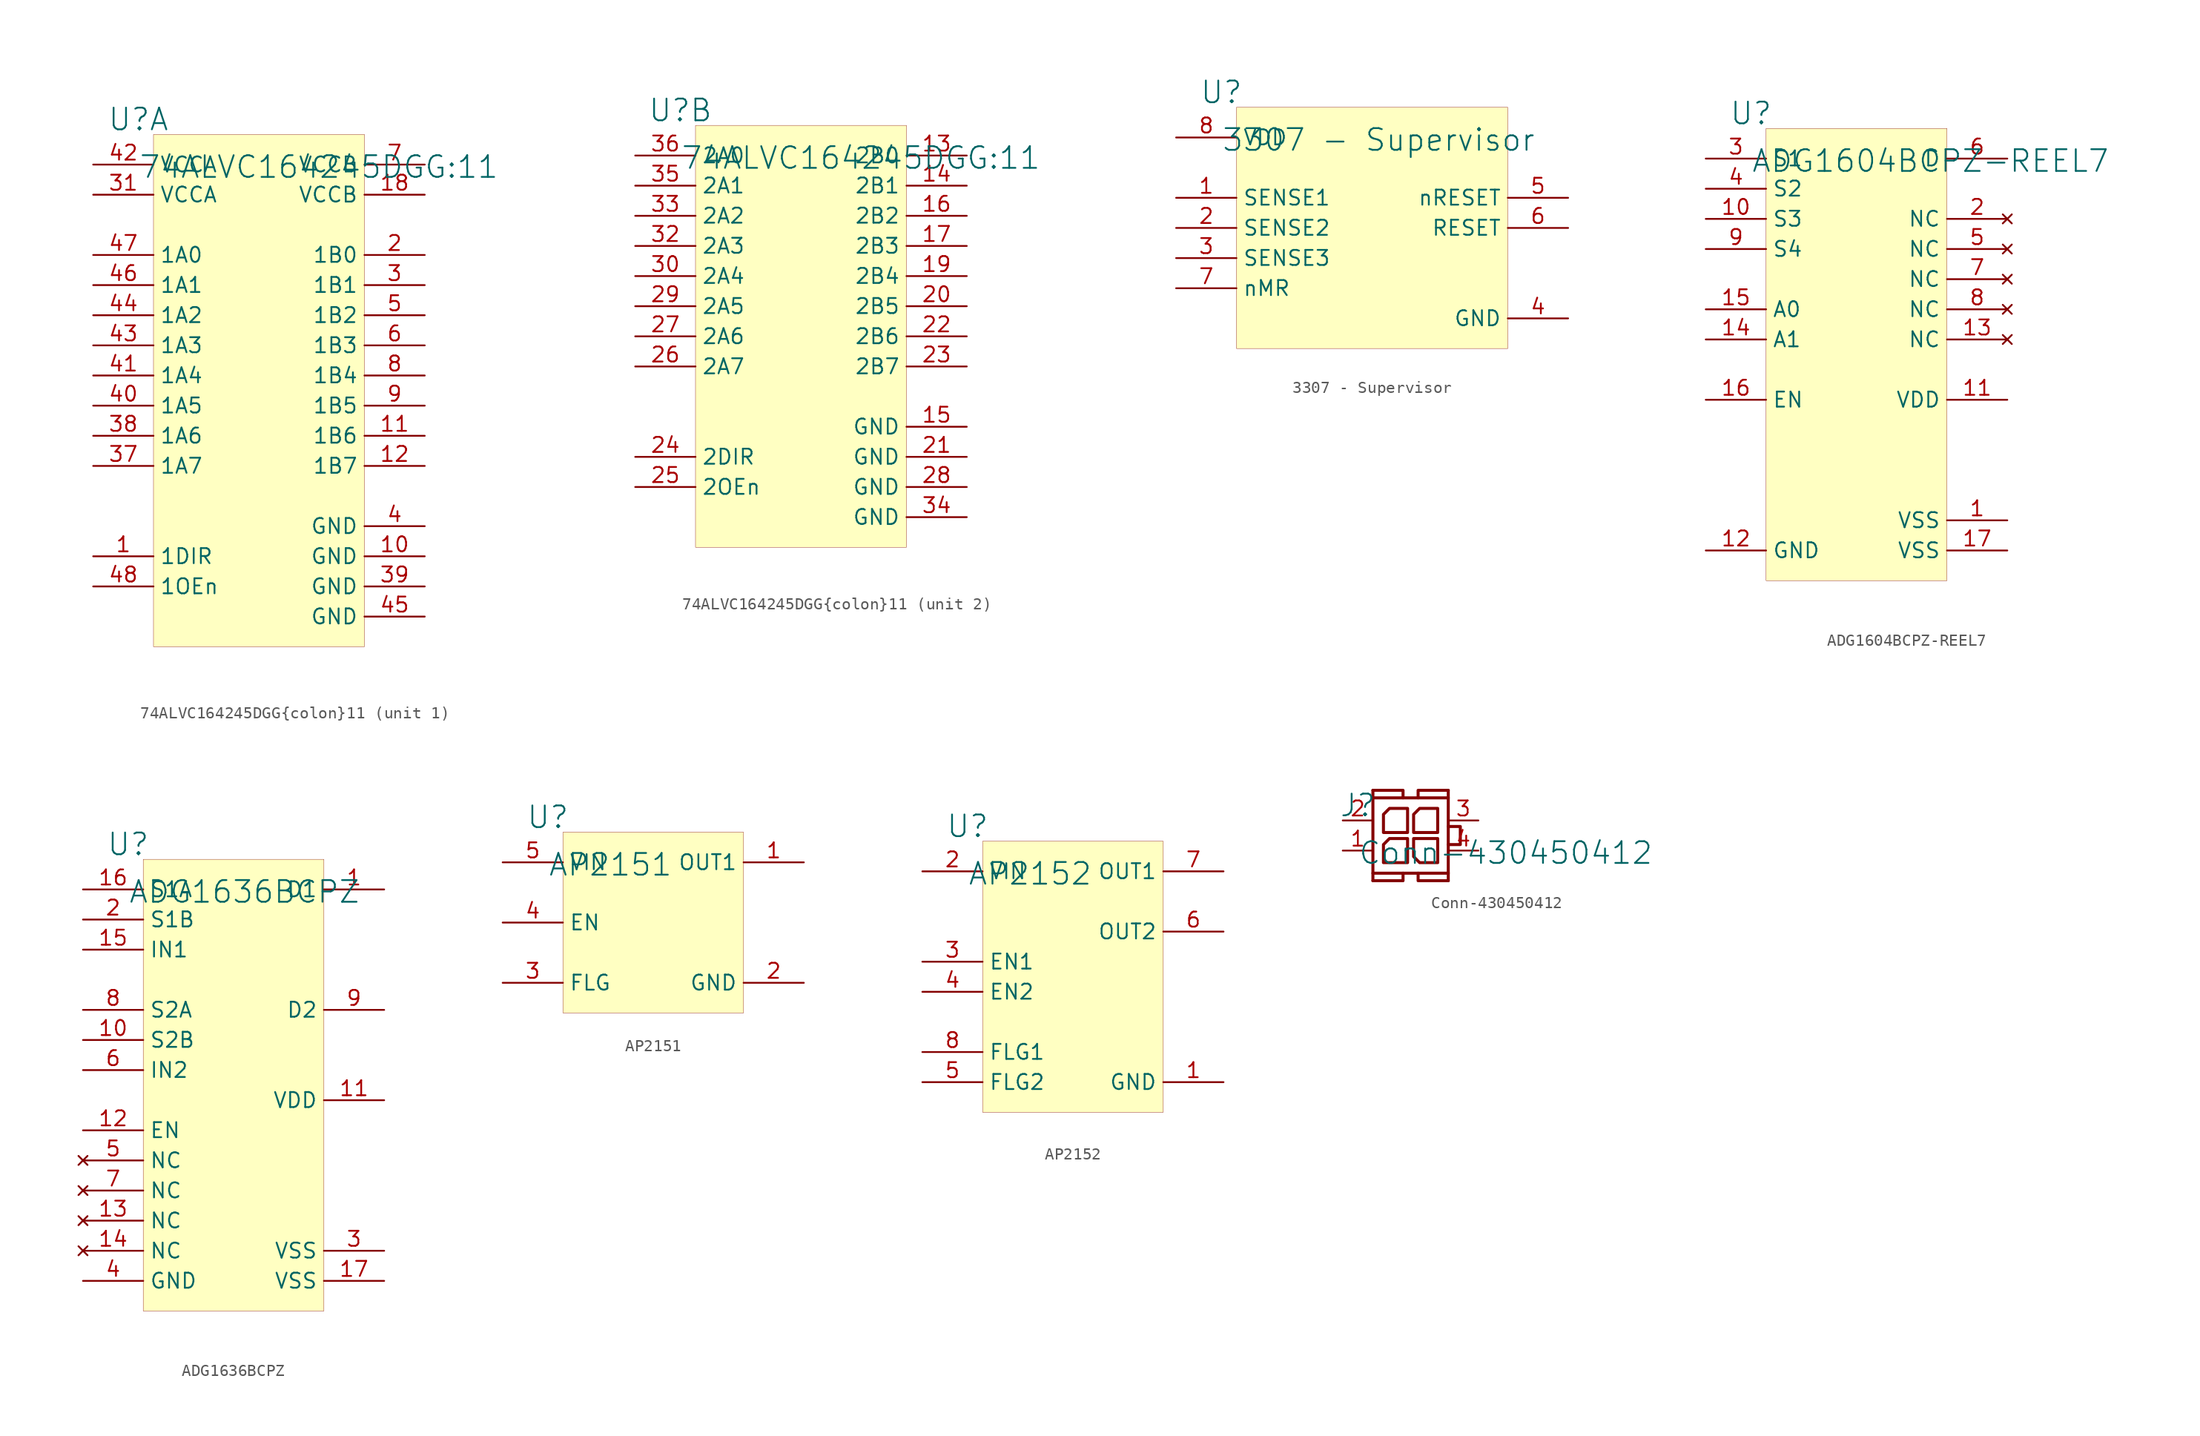
<source format=kicad_sym>
(kicad_symbol_lib
  (version 20231120)
  (generator "kicad_symbol_editor")
  (generator_version "8.0")
  (symbol "74ALVC164245DGG{colon}11"
    (property "Reference" "U"
      (at -1.27 1.27 0)
      (effects (font (size 1.829 1.829))))
    (property "Value" "74ALVC164245DGG:11"
      (at -1.27 -3.81 0)
      (effects (font (size 1.829 1.829)) (justify left bottom)))
    (symbol "74ALVC164245DGG{colon}11_1_0"
      (rectangle (start 17.78 0) (end 0 -43.18) (stroke (width 0.025) (type solid) (color 128 0 0 1)) (fill (type background)))
      (pin input line (at -5.08 -35.56 0) (length 5.08) (name "1DIR" (effects (font (size 1.27 1.27)))) (number "1" (effects (font (size 1.27 1.27)))))
      (pin passive line (at 22.86 -35.56 180) (length 5.08) (name "GND" (effects (font (size 1.27 1.27)))) (number "10" (effects (font (size 1.27 1.27)))))
      (pin bidirectional line (at 22.86 -25.4 180) (length 5.08) (name "1B6" (effects (font (size 1.27 1.27)))) (number "11" (effects (font (size 1.27 1.27)))))
      (pin bidirectional line (at 22.86 -27.94 180) (length 5.08) (name "1B7" (effects (font (size 1.27 1.27)))) (number "12" (effects (font (size 1.27 1.27)))))
      (pin power_in line (at 22.86 -5.08 180) (length 5.08) (name "VCCB" (effects (font (size 1.27 1.27)))) (number "18" (effects (font (size 1.27 1.27)))))
      (pin bidirectional line (at 22.86 -10.16 180) (length 5.08) (name "1B0" (effects (font (size 1.27 1.27)))) (number "2" (effects (font (size 1.27 1.27)))))
      (pin bidirectional line (at 22.86 -12.7 180) (length 5.08) (name "1B1" (effects (font (size 1.27 1.27)))) (number "3" (effects (font (size 1.27 1.27)))))
      (pin power_in line (at -5.08 -5.08 0) (length 5.08) (name "VCCA" (effects (font (size 1.27 1.27)))) (number "31" (effects (font (size 1.27 1.27)))))
      (pin bidirectional line (at -5.08 -27.94 0) (length 5.08) (name "1A7" (effects (font (size 1.27 1.27)))) (number "37" (effects (font (size 1.27 1.27)))))
      (pin bidirectional line (at -5.08 -25.4 0) (length 5.08) (name "1A6" (effects (font (size 1.27 1.27)))) (number "38" (effects (font (size 1.27 1.27)))))
      (pin passive line (at 22.86 -38.1 180) (length 5.08) (name "GND" (effects (font (size 1.27 1.27)))) (number "39" (effects (font (size 1.27 1.27)))))
      (pin passive line (at 22.86 -33.02 180) (length 5.08) (name "GND" (effects (font (size 1.27 1.27)))) (number "4" (effects (font (size 1.27 1.27)))))
      (pin bidirectional line (at -5.08 -22.86 0) (length 5.08) (name "1A5" (effects (font (size 1.27 1.27)))) (number "40" (effects (font (size 1.27 1.27)))))
      (pin bidirectional line (at -5.08 -20.32 0) (length 5.08) (name "1A4" (effects (font (size 1.27 1.27)))) (number "41" (effects (font (size 1.27 1.27)))))
      (pin power_in line (at -5.08 -2.54 0) (length 5.08) (name "VCCA" (effects (font (size 1.27 1.27)))) (number "42" (effects (font (size 1.27 1.27)))))
      (pin bidirectional line (at -5.08 -17.78 0) (length 5.08) (name "1A3" (effects (font (size 1.27 1.27)))) (number "43" (effects (font (size 1.27 1.27)))))
      (pin bidirectional line (at -5.08 -15.24 0) (length 5.08) (name "1A2" (effects (font (size 1.27 1.27)))) (number "44" (effects (font (size 1.27 1.27)))))
      (pin passive line (at 22.86 -40.64 180) (length 5.08) (name "GND" (effects (font (size 1.27 1.27)))) (number "45" (effects (font (size 1.27 1.27)))))
      (pin bidirectional line (at -5.08 -12.7 0) (length 5.08) (name "1A1" (effects (font (size 1.27 1.27)))) (number "46" (effects (font (size 1.27 1.27)))))
      (pin bidirectional line (at -5.08 -10.16 0) (length 5.08) (name "1A0" (effects (font (size 1.27 1.27)))) (number "47" (effects (font (size 1.27 1.27)))))
      (pin input line (at -5.08 -38.1 0) (length 5.08) (name "1OEn" (effects (font (size 1.27 1.27)))) (number "48" (effects (font (size 1.27 1.27)))))
      (pin bidirectional line (at 22.86 -15.24 180) (length 5.08) (name "1B2" (effects (font (size 1.27 1.27)))) (number "5" (effects (font (size 1.27 1.27)))))
      (pin bidirectional line (at 22.86 -17.78 180) (length 5.08) (name "1B3" (effects (font (size 1.27 1.27)))) (number "6" (effects (font (size 1.27 1.27)))))
      (pin power_in line (at 22.86 -2.54 180) (length 5.08) (name "VCCB" (effects (font (size 1.27 1.27)))) (number "7" (effects (font (size 1.27 1.27)))))
      (pin bidirectional line (at 22.86 -20.32 180) (length 5.08) (name "1B4" (effects (font (size 1.27 1.27)))) (number "8" (effects (font (size 1.27 1.27)))))
      (pin bidirectional line (at 22.86 -22.86 180) (length 5.08) (name "1B5" (effects (font (size 1.27 1.27)))) (number "9" (effects (font (size 1.27 1.27))))))
    (symbol "74ALVC164245DGG{colon}11_2_0"
      (rectangle (start 17.78 0) (end 0 -35.56) (stroke (width 0.025) (type solid) (color 128 0 0 1)) (fill (type background)))
      (pin bidirectional line (at 22.86 -2.54 180) (length 5.08) (name "2B0" (effects (font (size 1.27 1.27)))) (number "13" (effects (font (size 1.27 1.27)))))
      (pin bidirectional line (at 22.86 -5.08 180) (length 5.08) (name "2B1" (effects (font (size 1.27 1.27)))) (number "14" (effects (font (size 1.27 1.27)))))
      (pin passive line (at 22.86 -25.4 180) (length 5.08) (name "GND" (effects (font (size 1.27 1.27)))) (number "15" (effects (font (size 1.27 1.27)))))
      (pin bidirectional line (at 22.86 -7.62 180) (length 5.08) (name "2B2" (effects (font (size 1.27 1.27)))) (number "16" (effects (font (size 1.27 1.27)))))
      (pin bidirectional line (at 22.86 -10.16 180) (length 5.08) (name "2B3" (effects (font (size 1.27 1.27)))) (number "17" (effects (font (size 1.27 1.27)))))
      (pin bidirectional line (at 22.86 -12.7 180) (length 5.08) (name "2B4" (effects (font (size 1.27 1.27)))) (number "19" (effects (font (size 1.27 1.27)))))
      (pin bidirectional line (at 22.86 -15.24 180) (length 5.08) (name "2B5" (effects (font (size 1.27 1.27)))) (number "20" (effects (font (size 1.27 1.27)))))
      (pin passive line (at 22.86 -27.94 180) (length 5.08) (name "GND" (effects (font (size 1.27 1.27)))) (number "21" (effects (font (size 1.27 1.27)))))
      (pin bidirectional line (at 22.86 -17.78 180) (length 5.08) (name "2B6" (effects (font (size 1.27 1.27)))) (number "22" (effects (font (size 1.27 1.27)))))
      (pin bidirectional line (at 22.86 -20.32 180) (length 5.08) (name "2B7" (effects (font (size 1.27 1.27)))) (number "23" (effects (font (size 1.27 1.27)))))
      (pin input line (at -5.08 -27.94 0) (length 5.08) (name "2DIR" (effects (font (size 1.27 1.27)))) (number "24" (effects (font (size 1.27 1.27)))))
      (pin input line (at -5.08 -30.48 0) (length 5.08) (name "2OEn" (effects (font (size 1.27 1.27)))) (number "25" (effects (font (size 1.27 1.27)))))
      (pin bidirectional line (at -5.08 -20.32 0) (length 5.08) (name "2A7" (effects (font (size 1.27 1.27)))) (number "26" (effects (font (size 1.27 1.27)))))
      (pin bidirectional line (at -5.08 -17.78 0) (length 5.08) (name "2A6" (effects (font (size 1.27 1.27)))) (number "27" (effects (font (size 1.27 1.27)))))
      (pin passive line (at 22.86 -30.48 180) (length 5.08) (name "GND" (effects (font (size 1.27 1.27)))) (number "28" (effects (font (size 1.27 1.27)))))
      (pin bidirectional line (at -5.08 -15.24 0) (length 5.08) (name "2A5" (effects (font (size 1.27 1.27)))) (number "29" (effects (font (size 1.27 1.27)))))
      (pin bidirectional line (at -5.08 -12.7 0) (length 5.08) (name "2A4" (effects (font (size 1.27 1.27)))) (number "30" (effects (font (size 1.27 1.27)))))
      (pin bidirectional line (at -5.08 -10.16 0) (length 5.08) (name "2A3" (effects (font (size 1.27 1.27)))) (number "32" (effects (font (size 1.27 1.27)))))
      (pin bidirectional line (at -5.08 -7.62 0) (length 5.08) (name "2A2" (effects (font (size 1.27 1.27)))) (number "33" (effects (font (size 1.27 1.27)))))
      (pin passive line (at 22.86 -33.02 180) (length 5.08) (name "GND" (effects (font (size 1.27 1.27)))) (number "34" (effects (font (size 1.27 1.27)))))
      (pin bidirectional line (at -5.08 -5.08 0) (length 5.08) (name "2A1" (effects (font (size 1.27 1.27)))) (number "35" (effects (font (size 1.27 1.27)))))
      (pin bidirectional line (at -5.08 -2.54 0) (length 5.08) (name "2A0" (effects (font (size 1.27 1.27)))) (number "36" (effects (font (size 1.27 1.27)))))))
  (symbol "3307 - Supervisor"
    (property "Reference" "U"
      (at -1.27 1.27 0)
      (effects (font (size 1.829 1.829))))
    (property "Value" "3307 - Supervisor"
      (at -1.27 -3.81 0)
      (effects (font (size 1.829 1.829)) (justify left bottom)))
    (symbol "3307 - Supervisor_1_0"
      (rectangle (start 22.86 0) (end 0 -20.32) (stroke (width 0.025) (type solid) (color 128 0 0 1)) (fill (type background)))
      (pin input line (at -5.08 -7.62 0) (length 5.08) (name "SENSE1" (effects (font (size 1.27 1.27)))) (number "1" (effects (font (size 1.27 1.27)))))
      (pin input line (at -5.08 -10.16 0) (length 5.08) (name "SENSE2" (effects (font (size 1.27 1.27)))) (number "2" (effects (font (size 1.27 1.27)))))
      (pin input line (at -5.08 -12.7 0) (length 5.08) (name "SENSE3" (effects (font (size 1.27 1.27)))) (number "3" (effects (font (size 1.27 1.27)))))
      (pin passive line (at 27.94 -17.78 180) (length 5.08) (name "GND" (effects (font (size 1.27 1.27)))) (number "4" (effects (font (size 1.27 1.27)))))
      (pin output line (at 27.94 -7.62 180) (length 5.08) (name "nRESET" (effects (font (size 1.27 1.27)))) (number "5" (effects (font (size 1.27 1.27)))))
      (pin output line (at 27.94 -10.16 180) (length 5.08) (name "RESET" (effects (font (size 1.27 1.27)))) (number "6" (effects (font (size 1.27 1.27)))))
      (pin input line (at -5.08 -15.24 0) (length 5.08) (name "nMR" (effects (font (size 1.27 1.27)))) (number "7" (effects (font (size 1.27 1.27)))))
      (pin power_in line (at -5.08 -2.54 0) (length 5.08) (name "VDD" (effects (font (size 1.27 1.27)))) (number "8" (effects (font (size 1.27 1.27)))))))
  (symbol "ADG1604BCPZ-REEL7"
    (property "Reference" "U"
      (at -1.27 1.27 0)
      (effects (font (size 1.829 1.829))))
    (property "Value" "ADG1604BCPZ-REEL7"
      (at -1.27 -3.81 0)
      (effects (font (size 1.829 1.829)) (justify left bottom)))
    (symbol "ADG1604BCPZ-REEL7_1_0"
      (rectangle (start 15.24 0) (end 0 -38.1) (stroke (width 0.025) (type solid) (color 128 0 0 1)) (fill (type background)))
      (pin passive line (at 20.32 -33.02 180) (length 5.08) (name "VSS" (effects (font (size 1.27 1.27)))) (number "1" (effects (font (size 1.27 1.27)))))
      (pin passive line (at -5.08 -7.62 0) (length 5.08) (name "S3" (effects (font (size 1.27 1.27)))) (number "10" (effects (font (size 1.27 1.27)))))
      (pin power_in line (at 20.32 -22.86 180) (length 5.08) (name "VDD" (effects (font (size 1.27 1.27)))) (number "11" (effects (font (size 1.27 1.27)))))
      (pin passive line (at -5.08 -35.56 0) (length 5.08) (name "GND" (effects (font (size 1.27 1.27)))) (number "12" (effects (font (size 1.27 1.27)))))
      (pin no_connect line (at 20.32 -17.78 180) (length 5.08) (name "NC" (effects (font (size 1.27 1.27)))) (number "13" (effects (font (size 1.27 1.27)))))
      (pin input line (at -5.08 -17.78 0) (length 5.08) (name "A1" (effects (font (size 1.27 1.27)))) (number "14" (effects (font (size 1.27 1.27)))))
      (pin input line (at -5.08 -15.24 0) (length 5.08) (name "A0" (effects (font (size 1.27 1.27)))) (number "15" (effects (font (size 1.27 1.27)))))
      (pin input line (at -5.08 -22.86 0) (length 5.08) (name "EN" (effects (font (size 1.27 1.27)))) (number "16" (effects (font (size 1.27 1.27)))))
      (pin passive line (at 20.32 -35.56 180) (length 5.08) (name "VSS" (effects (font (size 1.27 1.27)))) (number "17" (effects (font (size 1.27 1.27)))))
      (pin no_connect line (at 20.32 -7.62 180) (length 5.08) (name "NC" (effects (font (size 1.27 1.27)))) (number "2" (effects (font (size 1.27 1.27)))))
      (pin passive line (at -5.08 -2.54 0) (length 5.08) (name "S1" (effects (font (size 1.27 1.27)))) (number "3" (effects (font (size 1.27 1.27)))))
      (pin passive line (at -5.08 -5.08 0) (length 5.08) (name "S2" (effects (font (size 1.27 1.27)))) (number "4" (effects (font (size 1.27 1.27)))))
      (pin no_connect line (at 20.32 -10.16 180) (length 5.08) (name "NC" (effects (font (size 1.27 1.27)))) (number "5" (effects (font (size 1.27 1.27)))))
      (pin passive line (at 20.32 -2.54 180) (length 5.08) (name "D" (effects (font (size 1.27 1.27)))) (number "6" (effects (font (size 1.27 1.27)))))
      (pin no_connect line (at 20.32 -12.7 180) (length 5.08) (name "NC" (effects (font (size 1.27 1.27)))) (number "7" (effects (font (size 1.27 1.27)))))
      (pin no_connect line (at 20.32 -15.24 180) (length 5.08) (name "NC" (effects (font (size 1.27 1.27)))) (number "8" (effects (font (size 1.27 1.27)))))
      (pin passive line (at -5.08 -10.16 0) (length 5.08) (name "S4" (effects (font (size 1.27 1.27)))) (number "9" (effects (font (size 1.27 1.27)))))))
  (symbol "ADG1636BCPZ"
    (property "Reference" "U"
      (at -1.27 1.27 0)
      (effects (font (size 1.829 1.829))))
    (property "Value" "ADG1636BCPZ"
      (at -1.27 -3.81 0)
      (effects (font (size 1.829 1.829)) (justify left bottom)))
    (symbol "ADG1636BCPZ_1_0"
      (rectangle (start 15.24 0) (end 0 -38.1) (stroke (width 0.025) (type solid) (color 128 0 0 1)) (fill (type background)))
      (pin passive line (at 20.32 -2.54 180) (length 5.08) (name "D1" (effects (font (size 1.27 1.27)))) (number "1" (effects (font (size 1.27 1.27)))))
      (pin passive line (at -5.08 -15.24 0) (length 5.08) (name "S2B" (effects (font (size 1.27 1.27)))) (number "10" (effects (font (size 1.27 1.27)))))
      (pin power_in line (at 20.32 -20.32 180) (length 5.08) (name "VDD" (effects (font (size 1.27 1.27)))) (number "11" (effects (font (size 1.27 1.27)))))
      (pin input line (at -5.08 -22.86 0) (length 5.08) (name "EN" (effects (font (size 1.27 1.27)))) (number "12" (effects (font (size 1.27 1.27)))))
      (pin no_connect line (at -5.08 -30.48 0) (length 5.08) (name "NC" (effects (font (size 1.27 1.27)))) (number "13" (effects (font (size 1.27 1.27)))))
      (pin no_connect line (at -5.08 -33.02 0) (length 5.08) (name "NC" (effects (font (size 1.27 1.27)))) (number "14" (effects (font (size 1.27 1.27)))))
      (pin input line (at -5.08 -7.62 0) (length 5.08) (name "IN1" (effects (font (size 1.27 1.27)))) (number "15" (effects (font (size 1.27 1.27)))))
      (pin passive line (at -5.08 -2.54 0) (length 5.08) (name "S1A" (effects (font (size 1.27 1.27)))) (number "16" (effects (font (size 1.27 1.27)))))
      (pin passive line (at 20.32 -35.56 180) (length 5.08) (name "VSS" (effects (font (size 1.27 1.27)))) (number "17" (effects (font (size 1.27 1.27)))))
      (pin passive line (at -5.08 -5.08 0) (length 5.08) (name "S1B" (effects (font (size 1.27 1.27)))) (number "2" (effects (font (size 1.27 1.27)))))
      (pin passive line (at 20.32 -33.02 180) (length 5.08) (name "VSS" (effects (font (size 1.27 1.27)))) (number "3" (effects (font (size 1.27 1.27)))))
      (pin passive line (at -5.08 -35.56 0) (length 5.08) (name "GND" (effects (font (size 1.27 1.27)))) (number "4" (effects (font (size 1.27 1.27)))))
      (pin no_connect line (at -5.08 -25.4 0) (length 5.08) (name "NC" (effects (font (size 1.27 1.27)))) (number "5" (effects (font (size 1.27 1.27)))))
      (pin input line (at -5.08 -17.78 0) (length 5.08) (name "IN2" (effects (font (size 1.27 1.27)))) (number "6" (effects (font (size 1.27 1.27)))))
      (pin no_connect line (at -5.08 -27.94 0) (length 5.08) (name "NC" (effects (font (size 1.27 1.27)))) (number "7" (effects (font (size 1.27 1.27)))))
      (pin passive line (at -5.08 -12.7 0) (length 5.08) (name "S2A" (effects (font (size 1.27 1.27)))) (number "8" (effects (font (size 1.27 1.27)))))
      (pin passive line (at 20.32 -12.7 180) (length 5.08) (name "D2" (effects (font (size 1.27 1.27)))) (number "9" (effects (font (size 1.27 1.27)))))))
  (symbol "AP2151"
    (property "Reference" "U"
      (at -1.27 1.27 0)
      (effects (font (size 1.829 1.829))))
    (property "Value" "AP2151"
      (at -1.27 -3.81 0)
      (effects (font (size 1.829 1.829)) (justify left bottom)))
    (symbol "AP2151_1_0"
      (rectangle (start 15.24 0) (end 0 -15.24) (stroke (width 0.025) (type solid) (color 128 0 0 1)) (fill (type background)))
      (pin power_out line (at 20.32 -2.54 180) (length 5.08) (name "OUT1" (effects (font (size 1.27 1.27)))) (number "1" (effects (font (size 1.27 1.27)))))
      (pin passive line (at 20.32 -12.7 180) (length 5.08) (name "GND" (effects (font (size 1.27 1.27)))) (number "2" (effects (font (size 1.27 1.27)))))
      (pin passive line (at -5.08 -12.7 0) (length 5.08) (name "FLG" (effects (font (size 1.27 1.27)))) (number "3" (effects (font (size 1.27 1.27)))))
      (pin input line (at -5.08 -7.62 0) (length 5.08) (name "EN" (effects (font (size 1.27 1.27)))) (number "4" (effects (font (size 1.27 1.27)))))
      (pin power_in line (at -5.08 -2.54 0) (length 5.08) (name "VIN" (effects (font (size 1.27 1.27)))) (number "5" (effects (font (size 1.27 1.27)))))))
  (symbol "AP2152"
    (property "Reference" "U"
      (at -1.27 1.27 0)
      (effects (font (size 1.829 1.829))))
    (property "Value" "AP2152"
      (at -1.27 -3.81 0)
      (effects (font (size 1.829 1.829)) (justify left bottom)))
    (symbol "AP2152_1_0"
      (rectangle (start 15.24 0) (end 0 -22.86) (stroke (width 0.025) (type solid) (color 128 0 0 1)) (fill (type background)))
      (pin passive line (at 20.32 -20.32 180) (length 5.08) (name "GND" (effects (font (size 1.27 1.27)))) (number "1" (effects (font (size 1.27 1.27)))))
      (pin power_in line (at -5.08 -2.54 0) (length 5.08) (name "VIN" (effects (font (size 1.27 1.27)))) (number "2" (effects (font (size 1.27 1.27)))))
      (pin input line (at -5.08 -10.16 0) (length 5.08) (name "EN1" (effects (font (size 1.27 1.27)))) (number "3" (effects (font (size 1.27 1.27)))))
      (pin input line (at -5.08 -12.7 0) (length 5.08) (name "EN2" (effects (font (size 1.27 1.27)))) (number "4" (effects (font (size 1.27 1.27)))))
      (pin passive line (at -5.08 -20.32 0) (length 5.08) (name "FLG2" (effects (font (size 1.27 1.27)))) (number "5" (effects (font (size 1.27 1.27)))))
      (pin power_out line (at 20.32 -7.62 180) (length 5.08) (name "OUT2" (effects (font (size 1.27 1.27)))) (number "6" (effects (font (size 1.27 1.27)))))
      (pin power_out line (at 20.32 -2.54 180) (length 5.08) (name "OUT1" (effects (font (size 1.27 1.27)))) (number "7" (effects (font (size 1.27 1.27)))))
      (pin passive line (at -5.08 -17.78 0) (length 5.08) (name "FLG1" (effects (font (size 1.27 1.27)))) (number "8" (effects (font (size 1.27 1.27)))))))
  (symbol "Conn-430450412"
    (property "Reference" "J"
      (at -1.27 1.27 0)
      (effects (font (size 1.829 1.829))))
    (property "Value" "Conn-430450412"
      (at -1.27 -3.81 0)
      (effects (font (size 1.829 1.829)) (justify left bottom)))
    (symbol "Conn-430450412_1_0"
      (polyline (pts (xy 0 -4.445) (xy 6.35 -4.445)) (stroke (width 0.254) (type solid)) (fill (type none)))
      (polyline (pts (xy 0 1.905) (xy 6.35 1.905)) (stroke (width 0.254) (type solid)) (fill (type none)))
      (polyline (pts (xy 0 2.54) (xy 0 -5.08)) (stroke (width 0.254) (type solid)) (fill (type none)))
      (polyline (pts (xy 6.35 2.54) (xy 6.35 -5.08)) (stroke (width 0.254) (type solid)) (fill (type none)))
      (polyline (pts (xy 0 -5.08) (xy 2.54 -5.08) (xy 2.54 -4.445)) (stroke (width 0.254) (type solid)) (fill (type none)))
      (polyline (pts (xy 0 2.54) (xy 2.54 2.54) (xy 2.54 1.905)) (stroke (width 0.254) (type solid)) (fill (type none)))
      (polyline (pts (xy 6.35 -5.08) (xy 3.81 -5.08) (xy 3.81 -4.445)) (stroke (width 0.254) (type solid)) (fill (type none)))
      (polyline (pts (xy 6.35 2.54) (xy 3.81 2.54) (xy 3.81 1.905)) (stroke (width 0.254) (type solid)) (fill (type none)))
      (polyline (pts (xy 6.35 -0.508) (xy 7.366 -0.508) (xy 7.366 -2.032) (xy 6.35 -2.032)) (stroke (width 0.254) (type solid)) (fill (type none)))
      (polyline (pts (xy 0.889 -3.556) (xy 2.921 -3.556) (xy 2.921 -1.524) (xy 1.397 -1.524) (xy 0.889 -2.032) (xy 0.889 -3.556)) (stroke (width 0.254) (type solid)) (fill (type none)))
      (polyline (pts (xy 0.889 -1.016) (xy 2.921 -1.016) (xy 2.921 1.016) (xy 1.397 1.016) (xy 0.889 0.508) (xy 0.889 -1.016)) (stroke (width 0.254) (type solid)) (fill (type none)))
      (polyline (pts (xy 3.429 -1.016) (xy 5.461 -1.016) (xy 5.461 1.016) (xy 3.937 1.016) (xy 3.429 0.508) (xy 3.429 -1.016)) (stroke (width 0.254) (type solid)) (fill (type none)))
      (polyline (pts (xy 5.461 -3.556) (xy 5.461 -1.524) (xy 3.429 -1.524) (xy 3.429 -3.048) (xy 3.937 -3.556) (xy 5.461 -3.556)) (stroke (width 0.254) (type solid)) (fill (type none)))
      (pin passive line (at -2.54 -2.54 0) (length 2.54) (name "1" (effects (font (size 0 0)))) (number "1" (effects (font (size 1.27 1.27)))))
      (pin passive line (at -2.54 0 0) (length 2.54) (name "2" (effects (font (size 0 0)))) (number "2" (effects (font (size 1.27 1.27)))))
      (pin passive line (at 8.89 0 180) (length 2.54) (name "3" (effects (font (size 0 0)))) (number "3" (effects (font (size 1.27 1.27)))))
      (pin passive line (at 8.89 -2.54 180) (length 2.54) (name "4" (effects (font (size 0 0)))) (number "4" (effects (font (size 1.27 1.27))))))))
</source>
